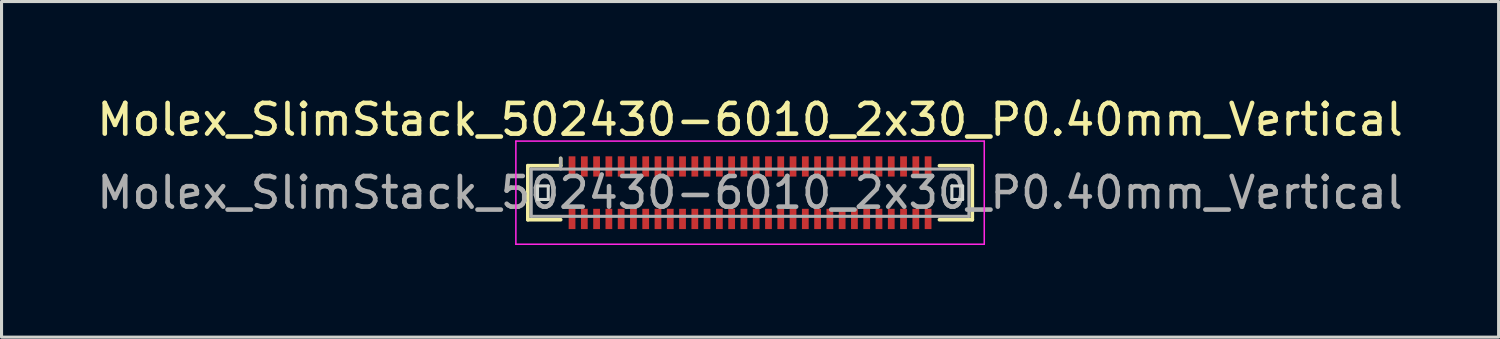
<source format=kicad_pcb>
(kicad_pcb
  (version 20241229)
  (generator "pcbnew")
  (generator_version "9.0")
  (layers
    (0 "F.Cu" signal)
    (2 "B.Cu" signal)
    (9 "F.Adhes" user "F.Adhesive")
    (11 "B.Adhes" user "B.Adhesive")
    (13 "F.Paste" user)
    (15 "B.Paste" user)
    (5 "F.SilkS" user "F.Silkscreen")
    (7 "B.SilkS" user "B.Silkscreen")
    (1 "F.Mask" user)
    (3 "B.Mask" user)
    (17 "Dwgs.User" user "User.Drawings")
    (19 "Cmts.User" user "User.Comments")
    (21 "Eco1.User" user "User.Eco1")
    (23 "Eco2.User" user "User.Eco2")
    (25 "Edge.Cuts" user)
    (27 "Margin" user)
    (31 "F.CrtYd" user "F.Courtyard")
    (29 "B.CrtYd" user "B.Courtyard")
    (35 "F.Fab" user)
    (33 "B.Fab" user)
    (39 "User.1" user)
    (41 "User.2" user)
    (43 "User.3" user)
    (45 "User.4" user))
  (footprint "Molex_SlimStack_502430-6010_2x30_P0.40mm_Vertical"
    (layer "F.Cu")
    (at 21.387 3.228)
    (property "Reference" "Molex_SlimStack_502430-6010_2x30_P0.40mm_Vertical" (at 0 -2.38 0) (layer "F.SilkS") (effects (font (size 1 1) (thickness 0.15))))
    (attr smd)
    (fp_line (start -7.24 -0.88) (end -6.17 -0.88) (stroke (width 0.12) (type solid)) (layer "F.SilkS"))
    (fp_line (start -7.24 0.88) (end -7.24 -0.88) (stroke (width 0.12) (type solid)) (layer "F.SilkS"))
    (fp_line (start -6.17 -0.88) (end -6.17 -1.12) (stroke (width 0.12) (type solid)) (layer "F.SilkS"))
    (fp_line (start -6.17 0.88) (end -7.24 0.88) (stroke (width 0.12) (type solid)) (layer "F.SilkS"))
    (fp_line (start 6.17 0.88) (end 7.24 0.88) (stroke (width 0.12) (type solid)) (layer "F.SilkS"))
    (fp_line (start 7.24 -0.88) (end 6.17 -0.88) (stroke (width 0.12) (type solid)) (layer "F.SilkS"))
    (fp_line (start 7.24 0.88) (end 7.24 -0.88) (stroke (width 0.12) (type solid)) (layer "F.SilkS"))
    (fp_line (start -6.925 -0.22) (end -6.925 0.22) (stroke (width 0.1) (type solid)) (layer "Edge.Cuts"))
    (fp_line (start -6.925 0.22) (end -6.575 0.22) (stroke (width 0.1) (type solid)) (layer "Edge.Cuts"))
    (fp_line (start -6.575 -0.22) (end -6.925 -0.22) (stroke (width 0.1) (type solid)) (layer "Edge.Cuts"))
    (fp_line (start -6.575 0.22) (end -6.575 -0.22) (stroke (width 0.1) (type solid)) (layer "Edge.Cuts"))
    (fp_line (start 6.575 -0.22) (end 6.575 0.22) (stroke (width 0.1) (type solid)) (layer "Edge.Cuts"))
    (fp_line (start 6.575 0.22) (end 6.925 0.22) (stroke (width 0.1) (type solid)) (layer "Edge.Cuts"))
    (fp_line (start 6.925 -0.22) (end 6.575 -0.22) (stroke (width 0.1) (type solid)) (layer "Edge.Cuts"))
    (fp_line (start 6.925 0.22) (end 6.925 -0.22) (stroke (width 0.1) (type solid)) (layer "Edge.Cuts"))
    (fp_line (start -7.63 -1.68) (end -7.63 1.68) (stroke (width 0.05) (type solid)) (layer "F.CrtYd"))
    (fp_line (start -7.63 1.68) (end 7.63 1.68) (stroke (width 0.05) (type solid)) (layer "F.CrtYd"))
    (fp_line (start 7.63 -1.68) (end -7.63 -1.68) (stroke (width 0.05) (type solid)) (layer "F.CrtYd"))
    (fp_line (start 7.63 1.68) (end 7.63 -1.68) (stroke (width 0.05) (type solid)) (layer "F.CrtYd"))
    (fp_line (start -7.13 -0.77) (end -7.13 0.77) (stroke (width 0.1) (type solid)) (layer "F.Fab"))
    (fp_line (start -7.13 0.77) (end 7.13 0.77) (stroke (width 0.1) (type solid)) (layer "F.Fab"))
    (fp_line (start -6.17 -0.77) (end -6.17 -1.12) (stroke (width 0.1) (type solid)) (layer "F.Fab"))
    (fp_line (start 7.13 -0.77) (end -7.13 -0.77) (stroke (width 0.1) (type solid)) (layer "F.Fab"))
    (fp_line (start 7.13 0.77) (end 7.13 -0.77) (stroke (width 0.1) (type solid)) (layer "F.Fab"))
    (fp_text user "${REFERENCE}" (at 0 0 0) (layer "F.Fab") (effects (font (size 1 1) (thickness 0.15))))
    (pad "1" smd rect (at -5.8 -0.855) (size 0.22 0.66) (layers "F.Cu" "F.Mask" "F.Paste"))
    (pad "2" smd rect (at -5.8 0.855) (size 0.22 0.66) (layers "F.Cu" "F.Mask" "F.Paste"))
    (pad "3" smd rect (at -5.4 -0.855) (size 0.22 0.66) (layers "F.Cu" "F.Mask" "F.Paste"))
    (pad "4" smd rect (at -5.4 0.855) (size 0.22 0.66) (layers "F.Cu" "F.Mask" "F.Paste"))
    (pad "5" smd rect (at -5 -0.855) (size 0.22 0.66) (layers "F.Cu" "F.Mask" "F.Paste"))
    (pad "6" smd rect (at -5 0.855) (size 0.22 0.66) (layers "F.Cu" "F.Mask" "F.Paste"))
    (pad "7" smd rect (at -4.6 -0.855) (size 0.22 0.66) (layers "F.Cu" "F.Mask" "F.Paste"))
    (pad "8" smd rect (at -4.6 0.855) (size 0.22 0.66) (layers "F.Cu" "F.Mask" "F.Paste"))
    (pad "9" smd rect (at -4.2 -0.855) (size 0.22 0.66) (layers "F.Cu" "F.Mask" "F.Paste"))
    (pad "10" smd rect (at -4.2 0.855) (size 0.22 0.66) (layers "F.Cu" "F.Mask" "F.Paste"))
    (pad "11" smd rect (at -3.8 -0.855) (size 0.22 0.66) (layers "F.Cu" "F.Mask" "F.Paste"))
    (pad "12" smd rect (at -3.8 0.855) (size 0.22 0.66) (layers "F.Cu" "F.Mask" "F.Paste"))
    (pad "13" smd rect (at -3.4 -0.855) (size 0.22 0.66) (layers "F.Cu" "F.Mask" "F.Paste"))
    (pad "14" smd rect (at -3.4 0.855) (size 0.22 0.66) (layers "F.Cu" "F.Mask" "F.Paste"))
    (pad "15" smd rect (at -3 -0.855) (size 0.22 0.66) (layers "F.Cu" "F.Mask" "F.Paste"))
    (pad "16" smd rect (at -3 0.855) (size 0.22 0.66) (layers "F.Cu" "F.Mask" "F.Paste"))
    (pad "17" smd rect (at -2.6 -0.855) (size 0.22 0.66) (layers "F.Cu" "F.Mask" "F.Paste"))
    (pad "18" smd rect (at -2.6 0.855) (size 0.22 0.66) (layers "F.Cu" "F.Mask" "F.Paste"))
    (pad "19" smd rect (at -2.2 -0.855) (size 0.22 0.66) (layers "F.Cu" "F.Mask" "F.Paste"))
    (pad "20" smd rect (at -2.2 0.855) (size 0.22 0.66) (layers "F.Cu" "F.Mask" "F.Paste"))
    (pad "21" smd rect (at -1.8 -0.855) (size 0.22 0.66) (layers "F.Cu" "F.Mask" "F.Paste"))
    (pad "22" smd rect (at -1.8 0.855) (size 0.22 0.66) (layers "F.Cu" "F.Mask" "F.Paste"))
    (pad "23" smd rect (at -1.4 -0.855) (size 0.22 0.66) (layers "F.Cu" "F.Mask" "F.Paste"))
    (pad "24" smd rect (at -1.4 0.855) (size 0.22 0.66) (layers "F.Cu" "F.Mask" "F.Paste"))
    (pad "25" smd rect (at -1 -0.855) (size 0.22 0.66) (layers "F.Cu" "F.Mask" "F.Paste"))
    (pad "26" smd rect (at -1 0.855) (size 0.22 0.66) (layers "F.Cu" "F.Mask" "F.Paste"))
    (pad "27" smd rect (at -0.6 -0.855) (size 0.22 0.66) (layers "F.Cu" "F.Mask" "F.Paste"))
    (pad "28" smd rect (at -0.6 0.855) (size 0.22 0.66) (layers "F.Cu" "F.Mask" "F.Paste"))
    (pad "29" smd rect (at -0.2 -0.855) (size 0.22 0.66) (layers "F.Cu" "F.Mask" "F.Paste"))
    (pad "30" smd rect (at -0.2 0.855) (size 0.22 0.66) (layers "F.Cu" "F.Mask" "F.Paste"))
    (pad "31" smd rect (at 0.2 -0.855) (size 0.22 0.66) (layers "F.Cu" "F.Mask" "F.Paste"))
    (pad "32" smd rect (at 0.2 0.855) (size 0.22 0.66) (layers "F.Cu" "F.Mask" "F.Paste"))
    (pad "33" smd rect (at 0.6 -0.855) (size 0.22 0.66) (layers "F.Cu" "F.Mask" "F.Paste"))
    (pad "34" smd rect (at 0.6 0.855) (size 0.22 0.66) (layers "F.Cu" "F.Mask" "F.Paste"))
    (pad "35" smd rect (at 1 -0.855) (size 0.22 0.66) (layers "F.Cu" "F.Mask" "F.Paste"))
    (pad "36" smd rect (at 1 0.855) (size 0.22 0.66) (layers "F.Cu" "F.Mask" "F.Paste"))
    (pad "37" smd rect (at 1.4 -0.855) (size 0.22 0.66) (layers "F.Cu" "F.Mask" "F.Paste"))
    (pad "38" smd rect (at 1.4 0.855) (size 0.22 0.66) (layers "F.Cu" "F.Mask" "F.Paste"))
    (pad "39" smd rect (at 1.8 -0.855) (size 0.22 0.66) (layers "F.Cu" "F.Mask" "F.Paste"))
    (pad "40" smd rect (at 1.8 0.855) (size 0.22 0.66) (layers "F.Cu" "F.Mask" "F.Paste"))
    (pad "41" smd rect (at 2.2 -0.855) (size 0.22 0.66) (layers "F.Cu" "F.Mask" "F.Paste"))
    (pad "42" smd rect (at 2.2 0.855) (size 0.22 0.66) (layers "F.Cu" "F.Mask" "F.Paste"))
    (pad "43" smd rect (at 2.6 -0.855) (size 0.22 0.66) (layers "F.Cu" "F.Mask" "F.Paste"))
    (pad "44" smd rect (at 2.6 0.855) (size 0.22 0.66) (layers "F.Cu" "F.Mask" "F.Paste"))
    (pad "45" smd rect (at 3 -0.855) (size 0.22 0.66) (layers "F.Cu" "F.Mask" "F.Paste"))
    (pad "46" smd rect (at 3 0.855) (size 0.22 0.66) (layers "F.Cu" "F.Mask" "F.Paste"))
    (pad "47" smd rect (at 3.4 -0.855) (size 0.22 0.66) (layers "F.Cu" "F.Mask" "F.Paste"))
    (pad "48" smd rect (at 3.4 0.855) (size 0.22 0.66) (layers "F.Cu" "F.Mask" "F.Paste"))
    (pad "49" smd rect (at 3.8 -0.855) (size 0.22 0.66) (layers "F.Cu" "F.Mask" "F.Paste"))
    (pad "50" smd rect (at 3.8 0.855) (size 0.22 0.66) (layers "F.Cu" "F.Mask" "F.Paste"))
    (pad "51" smd rect (at 4.2 -0.855) (size 0.22 0.66) (layers "F.Cu" "F.Mask" "F.Paste"))
    (pad "52" smd rect (at 4.2 0.855) (size 0.22 0.66) (layers "F.Cu" "F.Mask" "F.Paste"))
    (pad "53" smd rect (at 4.6 -0.855) (size 0.22 0.66) (layers "F.Cu" "F.Mask" "F.Paste"))
    (pad "54" smd rect (at 4.6 0.855) (size 0.22 0.66) (layers "F.Cu" "F.Mask" "F.Paste"))
    (pad "55" smd rect (at 5 -0.855) (size 0.22 0.66) (layers "F.Cu" "F.Mask" "F.Paste"))
    (pad "56" smd rect (at 5 0.855) (size 0.22 0.66) (layers "F.Cu" "F.Mask" "F.Paste"))
    (pad "57" smd rect (at 5.4 -0.855) (size 0.22 0.66) (layers "F.Cu" "F.Mask" "F.Paste"))
    (pad "58" smd rect (at 5.4 0.855) (size 0.22 0.66) (layers "F.Cu" "F.Mask" "F.Paste"))
    (pad "59" smd rect (at 5.8 -0.855) (size 0.22 0.66) (layers "F.Cu" "F.Mask" "F.Paste"))
    (pad "60" smd rect (at 5.8 0.855) (size 0.22 0.66) (layers "F.Cu" "F.Mask" "F.Paste")))
  (gr_rect
    (start -3 -3)
    (end 45.774 7.933)
    (stroke (width 0.1) (type default))
    (fill no)
    (layer "Edge.Cuts")))
</source>
